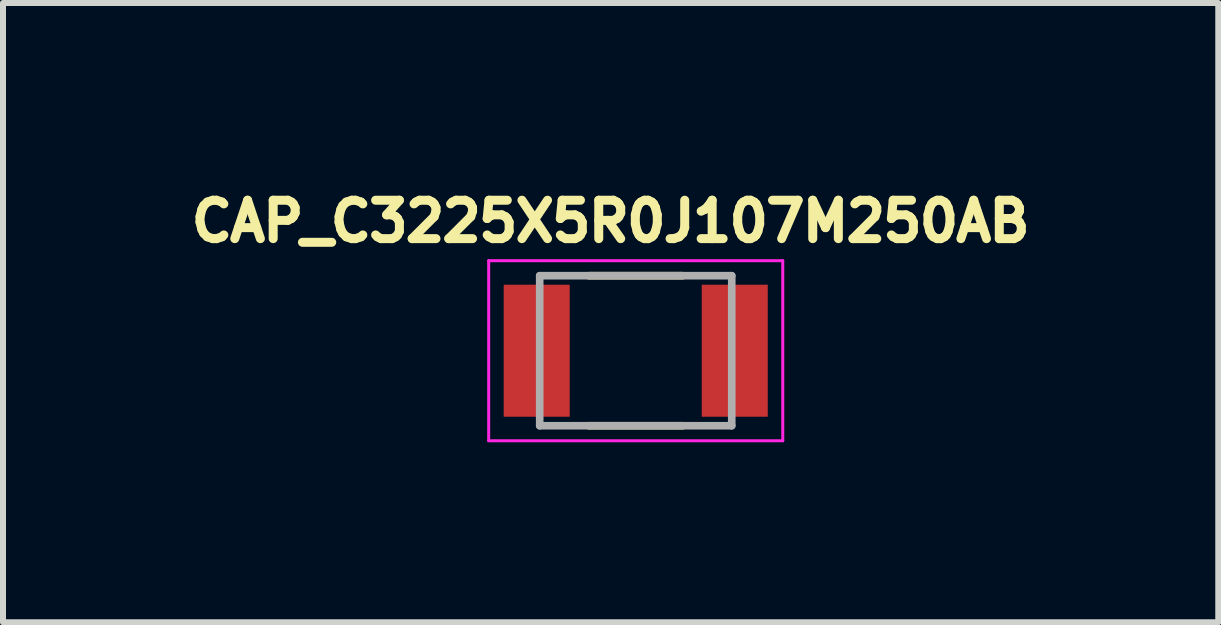
<source format=kicad_pcb>
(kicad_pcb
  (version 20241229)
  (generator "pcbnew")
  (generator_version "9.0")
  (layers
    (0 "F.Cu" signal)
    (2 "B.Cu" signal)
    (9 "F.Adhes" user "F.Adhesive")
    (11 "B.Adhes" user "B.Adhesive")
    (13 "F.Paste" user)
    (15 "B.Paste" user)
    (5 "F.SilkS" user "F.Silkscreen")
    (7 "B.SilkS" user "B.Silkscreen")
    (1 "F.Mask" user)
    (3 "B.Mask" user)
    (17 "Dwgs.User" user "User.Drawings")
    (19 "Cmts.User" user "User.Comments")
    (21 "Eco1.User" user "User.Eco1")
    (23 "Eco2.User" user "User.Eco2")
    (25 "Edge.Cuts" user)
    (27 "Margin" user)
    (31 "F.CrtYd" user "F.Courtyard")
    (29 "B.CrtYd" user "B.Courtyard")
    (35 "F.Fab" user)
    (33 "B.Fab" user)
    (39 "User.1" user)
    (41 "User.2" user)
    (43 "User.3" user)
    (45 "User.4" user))
  (footprint "CAP_C3225X5R0J107M250AB"
    (layer "F.Cu")
    (at 7.543 2.794)
    (property "Reference" "CAP_C3225X5R0J107M250AB" (at -0.418 -2.156 0) (layer "F.SilkS") (effects (font (size 0.64 0.64) (thickness 0.15))))
    (attr smd)
    (fp_line (start -0.78 -1.25) (end 0.78 -1.25) (stroke (width 0.127) (type solid)) (layer "F.SilkS"))
    (fp_line (start -0.78 1.25) (end 0.78 1.25) (stroke (width 0.127) (type solid)) (layer "F.SilkS"))
    (fp_line (start -2.45 -1.5) (end -2.45 1.5) (stroke (width 0.05) (type solid)) (layer "F.CrtYd"))
    (fp_line (start -2.45 1.5) (end 2.45 1.5) (stroke (width 0.05) (type solid)) (layer "F.CrtYd"))
    (fp_line (start 2.45 -1.5) (end -2.45 -1.5) (stroke (width 0.05) (type solid)) (layer "F.CrtYd"))
    (fp_line (start 2.45 1.5) (end 2.45 -1.5) (stroke (width 0.05) (type solid)) (layer "F.CrtYd"))
    (fp_line (start -1.6 -1.25) (end -1.6 1.25) (stroke (width 0.127) (type solid)) (layer "F.Fab"))
    (fp_line (start -1.6 -1.25) (end 1.6 -1.25) (stroke (width 0.127) (type solid)) (layer "F.Fab"))
    (fp_line (start -1.6 1.25) (end 1.6 1.25) (stroke (width 0.127) (type solid)) (layer "F.Fab"))
    (fp_line (start 1.6 -1.25) (end 1.6 1.25) (stroke (width 0.127) (type solid)) (layer "F.Fab"))
    (pad "1" smd rect (at -1.65 0) (size 1.1 2.2) (layers "F.Cu" "F.Mask" "F.Paste"))
    (pad "2" smd rect (at 1.65 0) (size 1.1 2.2) (layers "F.Cu" "F.Mask" "F.Paste")))
  (gr_rect
    (start -3 -3)
    (end 17.25 7.319)
    (stroke (width 0.1) (type default))
    (fill no)
    (layer "Edge.Cuts")))
</source>
